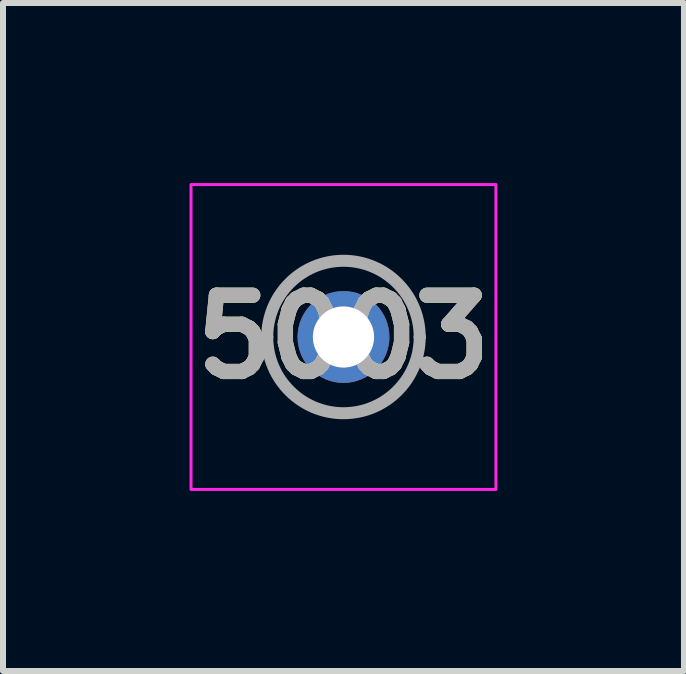
<source format=kicad_pcb>
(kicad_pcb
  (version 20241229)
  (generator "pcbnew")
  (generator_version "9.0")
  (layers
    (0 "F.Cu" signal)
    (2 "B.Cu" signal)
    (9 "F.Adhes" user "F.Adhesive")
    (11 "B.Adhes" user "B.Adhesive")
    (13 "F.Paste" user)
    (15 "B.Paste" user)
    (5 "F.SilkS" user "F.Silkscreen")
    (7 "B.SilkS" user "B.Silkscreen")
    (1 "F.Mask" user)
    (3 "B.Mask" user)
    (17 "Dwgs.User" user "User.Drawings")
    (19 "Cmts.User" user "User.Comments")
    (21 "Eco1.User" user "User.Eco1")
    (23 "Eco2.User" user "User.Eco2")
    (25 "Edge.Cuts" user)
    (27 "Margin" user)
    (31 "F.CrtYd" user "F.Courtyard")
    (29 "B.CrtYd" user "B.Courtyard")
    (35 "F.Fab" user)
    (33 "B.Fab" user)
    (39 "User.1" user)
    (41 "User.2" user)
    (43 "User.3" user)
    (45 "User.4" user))
  (footprint "5003"
    (layer "F.Cu")
    (at 2.673 2.565)
    (property "Reference" "5003" (at 0 0 0) (layer "F.SilkS") (effects (font (size 1.27 1.27) (thickness 0.254))))
    (attr through_hole)
    (fp_line (start -1.27 0) (end -1.27 0) (stroke (width 0.1) (type solid)) (layer "F.SilkS"))
    (fp_line (start 1.27 0) (end 1.27 0) (stroke (width 0.1) (type solid)) (layer "F.SilkS"))
    (fp_arc (start -1.27 0) (mid 0 -1.27) (end 1.27 0) (stroke (width 0.1) (type solid)) (layer "F.SilkS"))
    (fp_arc (start 1.27 0) (mid 0 1.27) (end -1.27 0) (stroke (width 0.1) (type solid)) (layer "F.SilkS"))
    (fp_rect (start -2.54 -2.54) (end 2.54 2.54) (stroke (width 0.05) (type default)) (fill no) (layer "F.CrtYd"))
    (fp_line (start -1.27 0) (end -1.27 0) (stroke (width 0.2) (type solid)) (layer "F.Fab"))
    (fp_line (start 1.27 0) (end 1.27 0) (stroke (width 0.2) (type solid)) (layer "F.Fab"))
    (fp_arc (start -1.27 0) (mid 0 -1.27) (end 1.27 0) (stroke (width 0.2) (type solid)) (layer "F.Fab"))
    (fp_arc (start 1.27 0) (mid 0 1.27) (end -1.27 0) (stroke (width 0.2) (type solid)) (layer "F.Fab"))
    (fp_text user "${REFERENCE}" (at 0 0 0) (layer "F.Fab") (effects (font (size 1.27 1.27) (thickness 0.254))))
    (pad "1" thru_hole circle (at 0 0) (size 1.53 1.53) (drill 1.02) (layers "*.Cu" "*.Mask")))
  (gr_rect
    (start -3 -3)
    (end 8.346 8.13)
    (stroke (width 0.1) (type default))
    (fill no)
    (layer "Edge.Cuts")))
</source>
